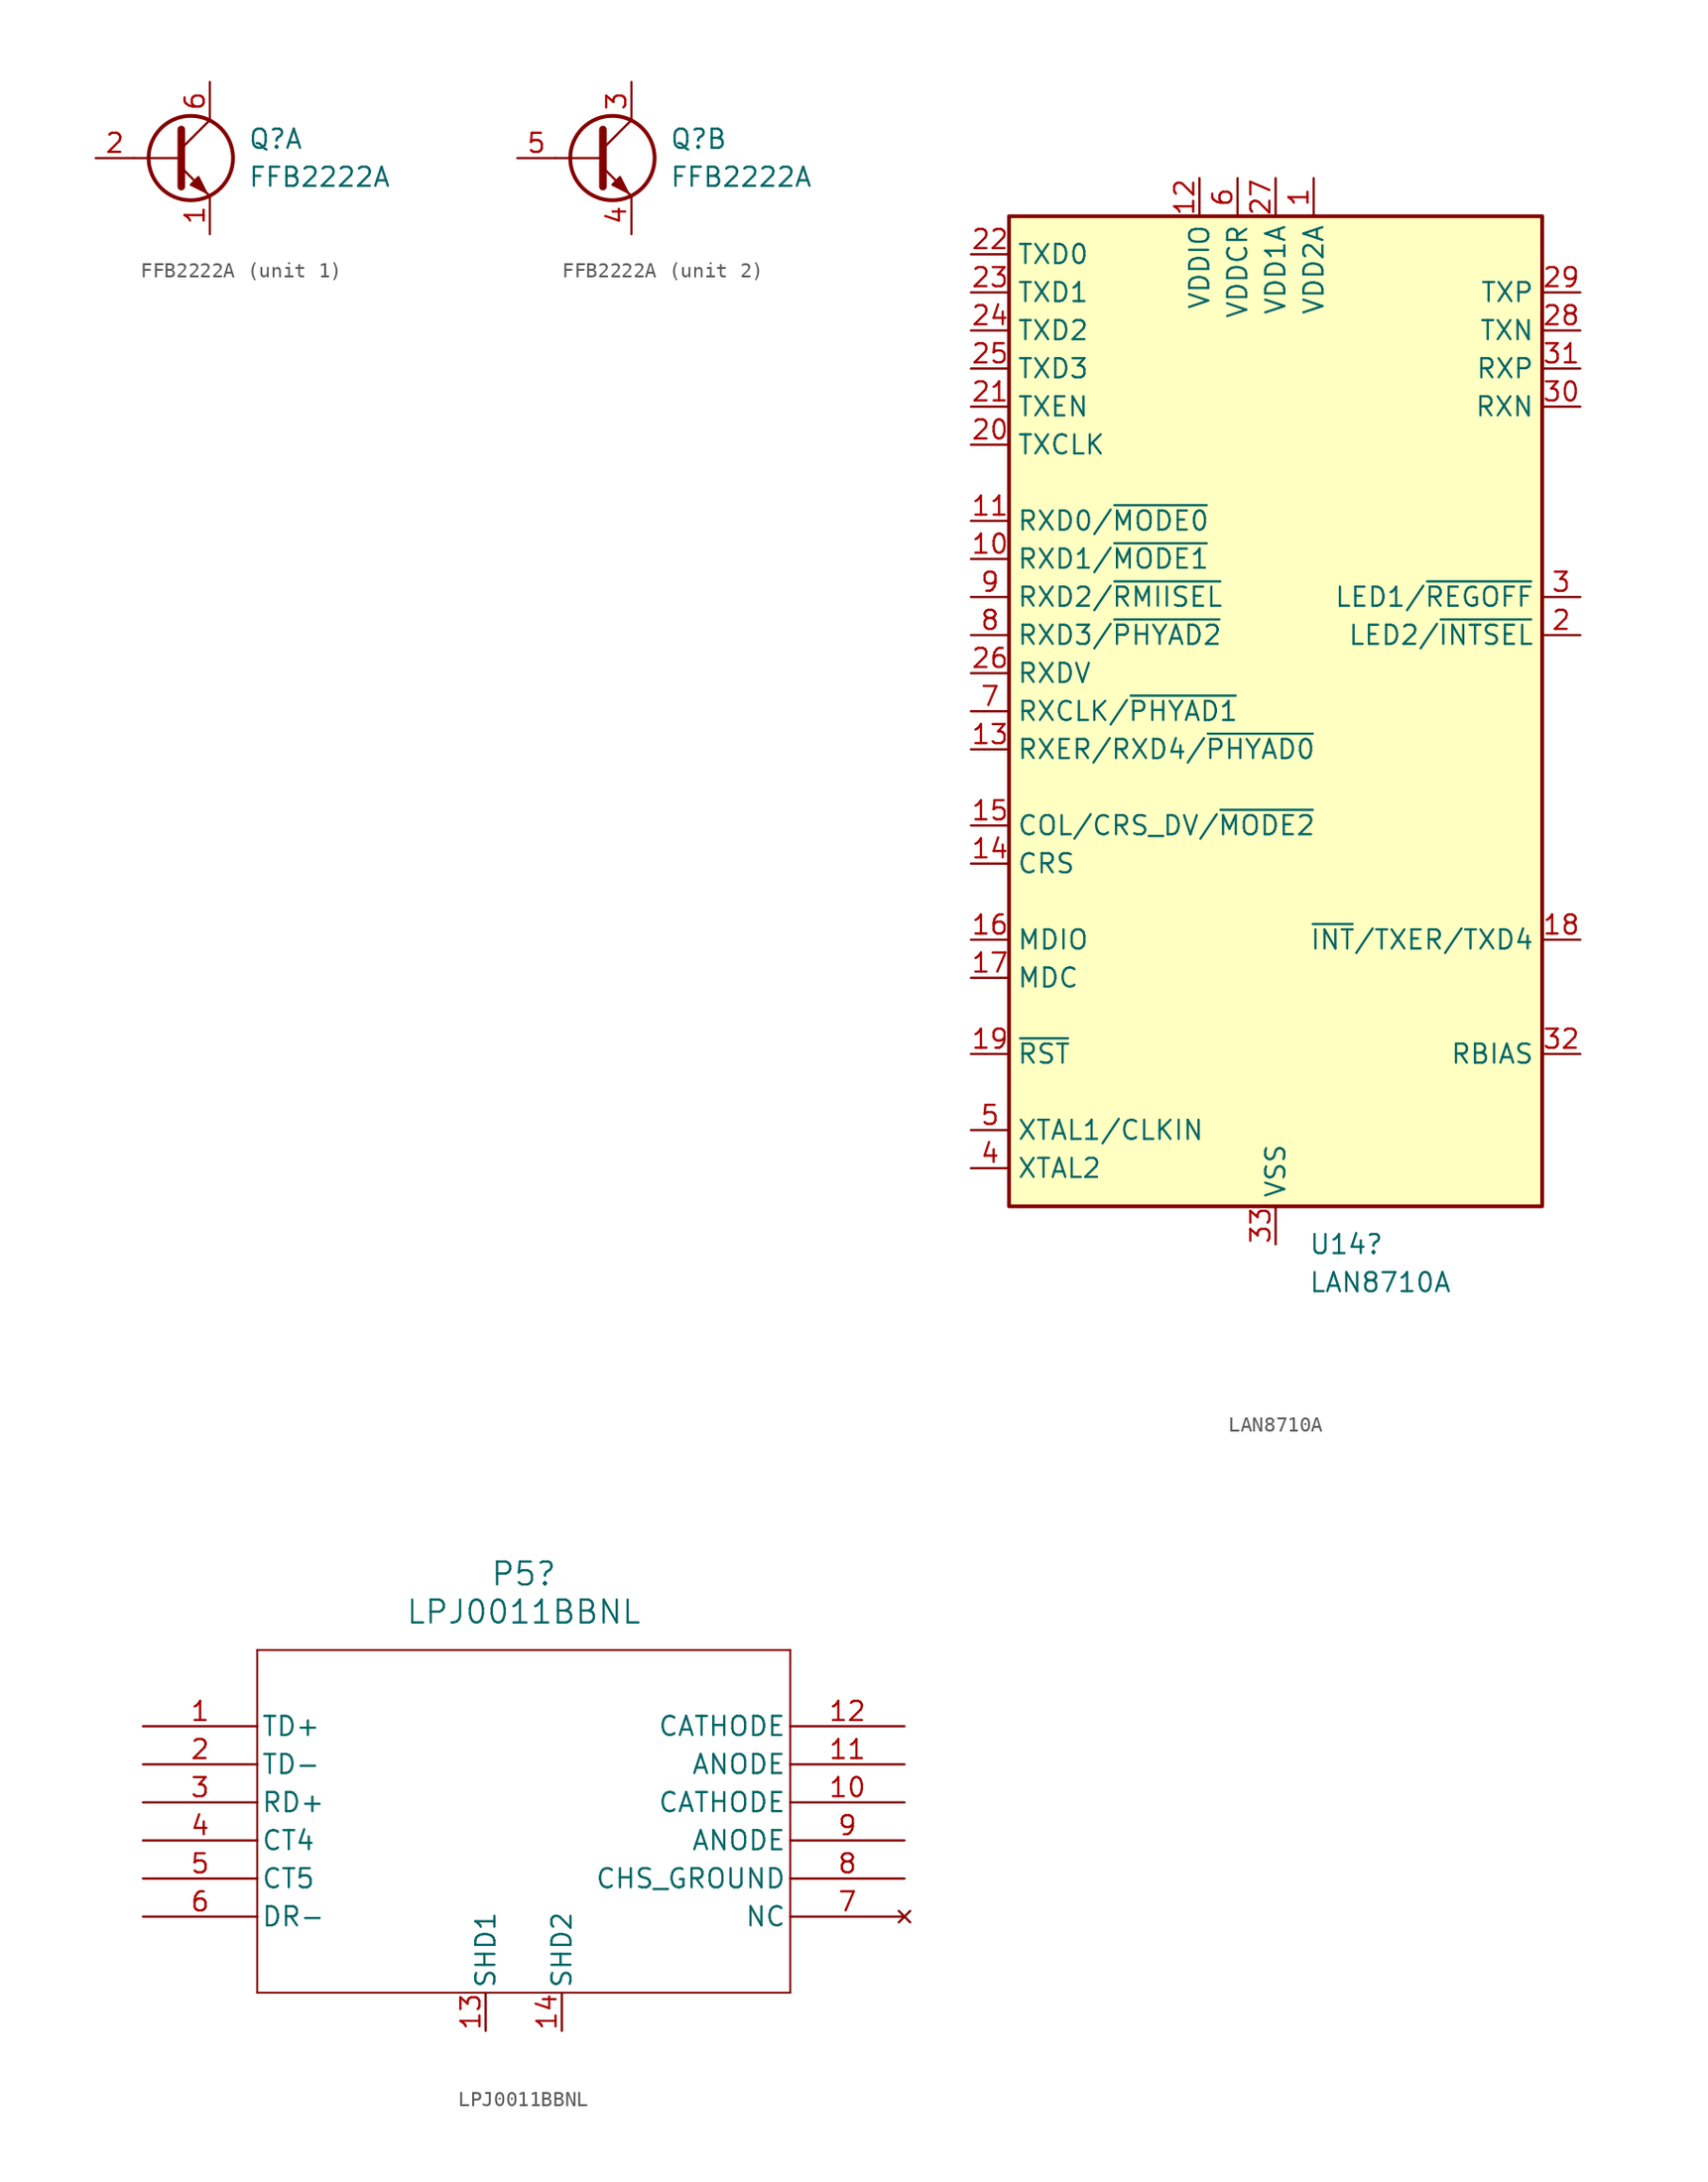
<source format=kicad_sym>
(kicad_symbol_lib
  (version 20231120)
  (generator "kicad_symbol_editor")
  (generator_version "8.0")
  (symbol "FFB2222A"
    (pin_names
      (offset 0) hide)
    (property "Reference" "Q"
      (at 5.08 1.27 0)
      (effects (font (size 1.27 1.27)) (justify left)))
    (property "Value" "FFB2222A"
      (at 5.08 -1.27 0)
      (effects (font (size 1.27 1.27)) (justify left)))
    (property "ki_locked" ""
      (at 0 0 0)
      (effects (font (size 1.27 1.27))))
    (symbol "FFB2222A_0_1"
      (polyline (pts (xy 0.635 0) (xy -2.54 0)) (stroke (width 0) (type default)) (fill (type none)))
      (polyline (pts (xy 0.635 0.635) (xy 2.54 2.54)) (stroke (width 0) (type default)) (fill (type none)))
      (polyline (pts (xy 0.635 -0.635) (xy 2.54 -2.54) (xy 2.54 -2.54)) (stroke (width 0) (type default)) (fill (type none)))
      (polyline (pts (xy 0.635 1.905) (xy 0.635 -1.905) (xy 0.635 -1.905)) (stroke (width 0.508) (type default)) (fill (type none)))
      (polyline (pts (xy 1.27 -1.778) (xy 1.778 -1.27) (xy 2.286 -2.286) (xy 1.27 -1.778) (xy 1.27 -1.778)) (stroke (width 0) (type default)) (fill (type outline)))
      (circle (center 1.27 0) (radius 2.819) (stroke (width 0.254) (type default)) (fill (type none))))
    (symbol "FFB2222A_1_1"
      (pin passive line (at 2.54 -5.08 90) (length 2.54) (name "E1" (effects (font (size 1.27 1.27)))) (number "1" (effects (font (size 1.27 1.27)))))
      (pin input line (at -5.08 0 0) (length 2.54) (name "B1" (effects (font (size 1.27 1.27)))) (number "2" (effects (font (size 1.27 1.27)))))
      (pin passive line (at 2.54 5.08 270) (length 2.54) (name "C1" (effects (font (size 1.27 1.27)))) (number "6" (effects (font (size 1.27 1.27))))))
    (symbol "FFB2222A_2_1"
      (pin passive line (at 2.54 5.08 270) (length 2.54) (name "C2" (effects (font (size 1.27 1.27)))) (number "3" (effects (font (size 1.27 1.27)))))
      (pin passive line (at 2.54 -5.08 90) (length 2.54) (name "E2" (effects (font (size 1.27 1.27)))) (number "4" (effects (font (size 1.27 1.27)))))
      (pin input line (at -5.08 0 0) (length 2.54) (name "B2" (effects (font (size 1.27 1.27)))) (number "5" (effects (font (size 1.27 1.27)))))))
  (symbol "LAN8710A"
    (property "Reference" "U14"
      (at 2.194 -35.56 0)
      (effects (font (size 1.27 1.27)) (justify left)))
    (property "Value" "LAN8710A"
      (at 2.194 -38.1 0)
      (effects (font (size 1.27 1.27)) (justify left)))
    (symbol "LAN8710A_0_1"
      (rectangle (start -17.78 33.02) (end 17.78 -33.02) (stroke (width 0.254) (type default)) (fill (type background))))
    (symbol "LAN8710A_1_1"
      (pin power_in line (at 2.54 35.56 270) (length 2.54) (name "VDD2A" (effects (font (size 1.27 1.27)))) (number "1" (effects (font (size 1.27 1.27)))))
      (pin bidirectional line (at -20.32 10.16 0) (length 2.54) (name "RXD1/~{MODE1}" (effects (font (size 1.27 1.27)))) (number "10" (effects (font (size 1.27 1.27)))))
      (pin bidirectional line (at -20.32 12.7 0) (length 2.54) (name "RXD0/~{MODE0}" (effects (font (size 1.27 1.27)))) (number "11" (effects (font (size 1.27 1.27)))))
      (pin power_in line (at -5.08 35.56 270) (length 2.54) (name "VDDIO" (effects (font (size 1.27 1.27)))) (number "12" (effects (font (size 1.27 1.27)))))
      (pin bidirectional line (at -20.32 -2.54 0) (length 2.54) (name "RXER/RXD4/~{PHYAD0}" (effects (font (size 1.27 1.27)))) (number "13" (effects (font (size 1.27 1.27)))))
      (pin output line (at -20.32 -10.16 0) (length 2.54) (name "CRS" (effects (font (size 1.27 1.27)))) (number "14" (effects (font (size 1.27 1.27)))))
      (pin bidirectional line (at -20.32 -7.62 0) (length 2.54) (name "COL/CRS_DV/~{MODE2}" (effects (font (size 1.27 1.27)))) (number "15" (effects (font (size 1.27 1.27)))))
      (pin bidirectional line (at -20.32 -15.24 0) (length 2.54) (name "MDIO" (effects (font (size 1.27 1.27)))) (number "16" (effects (font (size 1.27 1.27)))))
      (pin input line (at -20.32 -17.78 0) (length 2.54) (name "MDC" (effects (font (size 1.27 1.27)))) (number "17" (effects (font (size 1.27 1.27)))))
      (pin bidirectional line (at 20.32 -15.24 180) (length 2.54) (name "~{INT}/TXER/TXD4" (effects (font (size 1.27 1.27)))) (number "18" (effects (font (size 1.27 1.27)))))
      (pin input line (at -20.32 -22.86 0) (length 2.54) (name "~{RST}" (effects (font (size 1.27 1.27)))) (number "19" (effects (font (size 1.27 1.27)))))
      (pin bidirectional line (at 20.32 5.08 180) (length 2.54) (name "LED2/~{INTSEL}" (effects (font (size 1.27 1.27)))) (number "2" (effects (font (size 1.27 1.27)))))
      (pin output line (at -20.32 17.78 0) (length 2.54) (name "TXCLK" (effects (font (size 1.27 1.27)))) (number "20" (effects (font (size 1.27 1.27)))))
      (pin input line (at -20.32 20.32 0) (length 2.54) (name "TXEN" (effects (font (size 1.27 1.27)))) (number "21" (effects (font (size 1.27 1.27)))))
      (pin input line (at -20.32 30.48 0) (length 2.54) (name "TXD0" (effects (font (size 1.27 1.27)))) (number "22" (effects (font (size 1.27 1.27)))))
      (pin input line (at -20.32 27.94 0) (length 2.54) (name "TXD1" (effects (font (size 1.27 1.27)))) (number "23" (effects (font (size 1.27 1.27)))))
      (pin input line (at -20.32 25.4 0) (length 2.54) (name "TXD2" (effects (font (size 1.27 1.27)))) (number "24" (effects (font (size 1.27 1.27)))))
      (pin input line (at -20.32 22.86 0) (length 2.54) (name "TXD3" (effects (font (size 1.27 1.27)))) (number "25" (effects (font (size 1.27 1.27)))))
      (pin output line (at -20.32 2.54 0) (length 2.54) (name "RXDV" (effects (font (size 1.27 1.27)))) (number "26" (effects (font (size 1.27 1.27)))))
      (pin power_in line (at 0 35.56 270) (length 2.54) (name "VDD1A" (effects (font (size 1.27 1.27)))) (number "27" (effects (font (size 1.27 1.27)))))
      (pin bidirectional line (at 20.32 25.4 180) (length 2.54) (name "TXN" (effects (font (size 1.27 1.27)))) (number "28" (effects (font (size 1.27 1.27)))))
      (pin bidirectional line (at 20.32 27.94 180) (length 2.54) (name "TXP" (effects (font (size 1.27 1.27)))) (number "29" (effects (font (size 1.27 1.27)))))
      (pin bidirectional line (at 20.32 7.62 180) (length 2.54) (name "LED1/~{REGOFF}" (effects (font (size 1.27 1.27)))) (number "3" (effects (font (size 1.27 1.27)))))
      (pin bidirectional line (at 20.32 20.32 180) (length 2.54) (name "RXN" (effects (font (size 1.27 1.27)))) (number "30" (effects (font (size 1.27 1.27)))))
      (pin bidirectional line (at 20.32 22.86 180) (length 2.54) (name "RXP" (effects (font (size 1.27 1.27)))) (number "31" (effects (font (size 1.27 1.27)))))
      (pin passive line (at 20.32 -22.86 180) (length 2.54) (name "RBIAS" (effects (font (size 1.27 1.27)))) (number "32" (effects (font (size 1.27 1.27)))))
      (pin power_in line (at 0 -35.56 90) (length 2.54) (name "VSS" (effects (font (size 1.27 1.27)))) (number "33" (effects (font (size 1.27 1.27)))))
      (pin output line (at -20.32 -30.48 0) (length 2.54) (name "XTAL2" (effects (font (size 1.27 1.27)))) (number "4" (effects (font (size 1.27 1.27)))))
      (pin input line (at -20.32 -27.94 0) (length 2.54) (name "XTAL1/CLKIN" (effects (font (size 1.27 1.27)))) (number "5" (effects (font (size 1.27 1.27)))))
      (pin power_out line (at -2.54 35.56 270) (length 2.54) (name "VDDCR" (effects (font (size 1.27 1.27)))) (number "6" (effects (font (size 1.27 1.27)))))
      (pin bidirectional line (at -20.32 0 0) (length 2.54) (name "RXCLK/~{PHYAD1}" (effects (font (size 1.27 1.27)))) (number "7" (effects (font (size 1.27 1.27)))))
      (pin bidirectional line (at -20.32 5.08 0) (length 2.54) (name "RXD3/~{PHYAD2}" (effects (font (size 1.27 1.27)))) (number "8" (effects (font (size 1.27 1.27)))))
      (pin bidirectional line (at -20.32 7.62 0) (length 2.54) (name "RXD2/~{RMIISEL}" (effects (font (size 1.27 1.27)))) (number "9" (effects (font (size 1.27 1.27)))))))
  (symbol "LPJ0011BBNL"
    (pin_names
      (offset 0.254))
    (property "Reference" "P5"
      (at 25.4 10.16 0)
      (effects (font (size 1.524 1.524))))
    (property "Value" "LPJ0011BBNL"
      (at 25.4 7.62 0)
      (effects (font (size 1.524 1.524))))
    (property "ki_locked" ""
      (at 0 0 0)
      (effects (font (size 1.27 1.27))))
    (symbol "LPJ0011BBNL_0_1"
      (polyline (pts (xy 7.62 -17.78) (xy 43.18 -17.78)) (stroke (width 0.127) (type default)) (fill (type none)))
      (polyline (pts (xy 7.62 5.08) (xy 7.62 -17.78)) (stroke (width 0.127) (type default)) (fill (type none)))
      (polyline (pts (xy 43.18 -17.78) (xy 43.18 5.08)) (stroke (width 0.127) (type default)) (fill (type none)))
      (polyline (pts (xy 43.18 5.08) (xy 7.62 5.08)) (stroke (width 0.127) (type default)) (fill (type none)))
      (pin output line (at 50.8 -5.08 180) (length 7.62) (name "CATHODE" (effects (font (size 1.27 1.27)))) (number "10" (effects (font (size 1.27 1.27)))))
      (pin input line (at 50.8 -2.54 180) (length 7.62) (name "ANODE" (effects (font (size 1.27 1.27)))) (number "11" (effects (font (size 1.27 1.27)))))
      (pin output line (at 50.8 0 180) (length 7.62) (name "CATHODE" (effects (font (size 1.27 1.27)))) (number "12" (effects (font (size 1.27 1.27)))))
      (pin no_connect line (at 50.8 -12.7 180) (length 7.62) (name "NC" (effects (font (size 1.27 1.27)))) (number "7" (effects (font (size 1.27 1.27)))))
      (pin power_out line (at 50.8 -10.16 180) (length 7.62) (name "CHS_GROUND" (effects (font (size 1.27 1.27)))) (number "8" (effects (font (size 1.27 1.27)))))
      (pin input line (at 50.8 -7.62 180) (length 7.62) (name "ANODE" (effects (font (size 1.27 1.27)))) (number "9" (effects (font (size 1.27 1.27))))))
    (symbol "LPJ0011BBNL_1_1"
      (pin bidirectional line (at 0 0 0) (length 7.62) (name "TD+" (effects (font (size 1.27 1.27)))) (number "1" (effects (font (size 1.27 1.27)))))
      (pin passive line (at 22.86 -20.32 90) (length 2.54) (name "SHD1" (effects (font (size 1.27 1.27)))) (number "13" (effects (font (size 1.27 1.27)))))
      (pin passive line (at 27.94 -20.32 90) (length 2.54) (name "SHD2" (effects (font (size 1.27 1.27)))) (number "14" (effects (font (size 1.27 1.27)))))
      (pin bidirectional line (at 0 -2.54 0) (length 7.62) (name "TD-" (effects (font (size 1.27 1.27)))) (number "2" (effects (font (size 1.27 1.27)))))
      (pin bidirectional line (at 0 -5.08 0) (length 7.62) (name "RD+" (effects (font (size 1.27 1.27)))) (number "3" (effects (font (size 1.27 1.27)))))
      (pin input line (at 0 -7.62 0) (length 7.62) (name "CT4" (effects (font (size 1.27 1.27)))) (number "4" (effects (font (size 1.27 1.27)))))
      (pin input line (at 0 -10.16 0) (length 7.62) (name "CT5" (effects (font (size 1.27 1.27)))) (number "5" (effects (font (size 1.27 1.27)))))
      (pin bidirectional line (at 0 -12.7 0) (length 7.62) (name "DR-" (effects (font (size 1.27 1.27)))) (number "6" (effects (font (size 1.27 1.27))))))))
</source>
